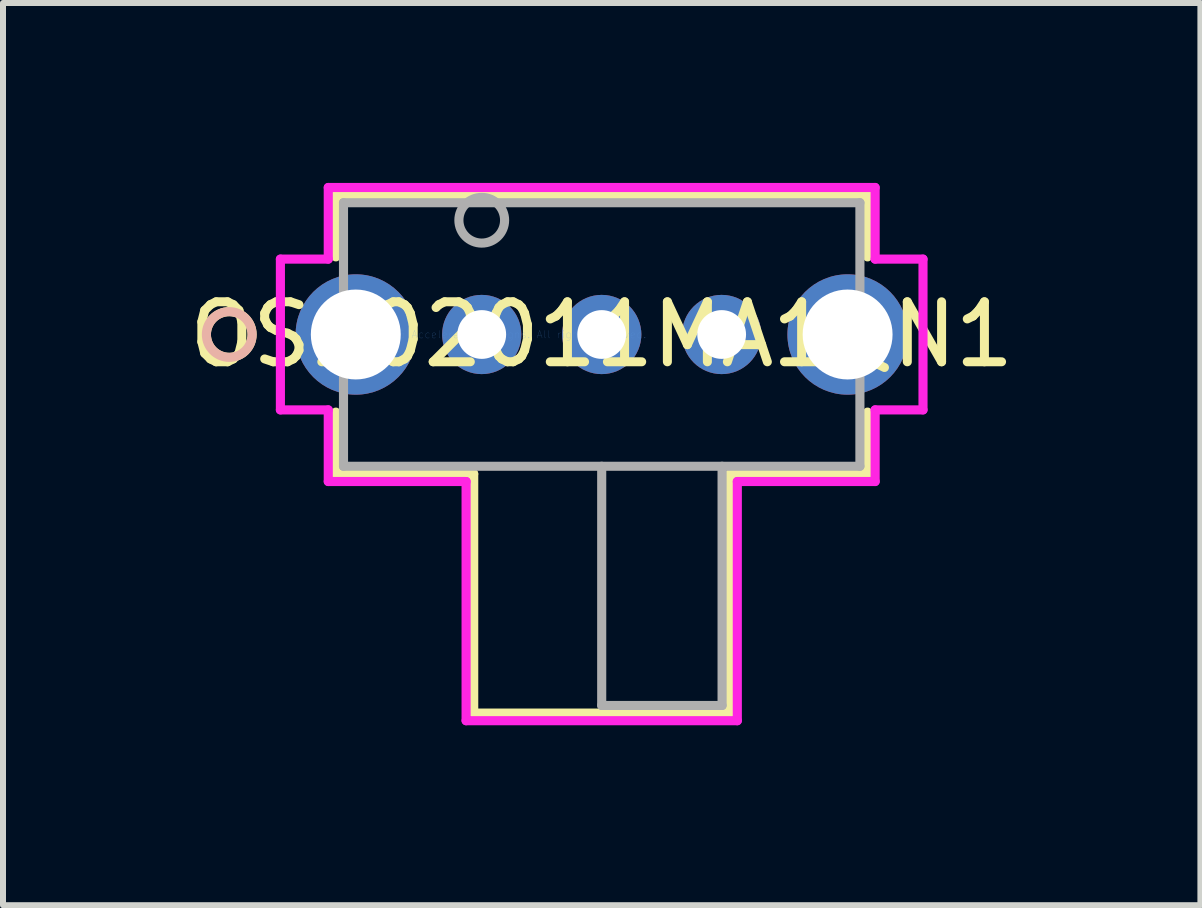
<source format=kicad_pcb>
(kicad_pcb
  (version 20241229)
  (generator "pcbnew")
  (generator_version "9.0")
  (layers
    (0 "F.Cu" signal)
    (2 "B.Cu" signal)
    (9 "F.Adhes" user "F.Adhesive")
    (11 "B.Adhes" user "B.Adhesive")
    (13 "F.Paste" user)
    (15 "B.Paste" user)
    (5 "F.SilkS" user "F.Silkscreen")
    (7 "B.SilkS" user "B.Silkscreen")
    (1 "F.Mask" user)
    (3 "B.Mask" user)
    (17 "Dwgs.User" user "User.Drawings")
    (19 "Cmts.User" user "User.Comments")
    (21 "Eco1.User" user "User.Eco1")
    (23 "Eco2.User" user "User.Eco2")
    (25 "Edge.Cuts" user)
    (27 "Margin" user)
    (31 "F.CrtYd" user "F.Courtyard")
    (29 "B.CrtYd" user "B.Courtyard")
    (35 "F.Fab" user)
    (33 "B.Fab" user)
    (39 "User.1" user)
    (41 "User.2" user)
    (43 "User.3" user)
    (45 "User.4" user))
  (footprint "OS102011MA1QN1"
    (layer "F.Cu")
    (at 4.982 2.527)
    (property "Reference" "OS102011MA1QN1" (at 2 0 0) (layer "F.SilkS") (effects (font (size 1 1) (thickness 0.15))))
    (attr through_hole)
    (fp_line (start -2.432 -2.324) (end -2.432 -1.294) (stroke (width 0.152) (type solid)) (layer "F.SilkS"))
    (fp_line (start -2.432 1.294) (end -2.432 2.324) (stroke (width 0.152) (type solid)) (layer "F.SilkS"))
    (fp_line (start -2.432 2.324) (end -0.134 2.324) (stroke (width 0.152) (type solid)) (layer "F.SilkS"))
    (fp_line (start -0.134 2.324) (end -0.134 6.312) (stroke (width 0.152) (type solid)) (layer "F.SilkS"))
    (fp_line (start -0.134 6.312) (end 4.134 6.312) (stroke (width 0.152) (type solid)) (layer "F.SilkS"))
    (fp_line (start 4.134 2.324) (end 6.432 2.324) (stroke (width 0.152) (type solid)) (layer "F.SilkS"))
    (fp_line (start 4.134 6.312) (end 4.134 2.324) (stroke (width 0.152) (type solid)) (layer "F.SilkS"))
    (fp_line (start 6.432 -2.324) (end -2.432 -2.324) (stroke (width 0.152) (type solid)) (layer "F.SilkS"))
    (fp_line (start 6.432 -1.294) (end 6.432 -2.324) (stroke (width 0.152) (type solid)) (layer "F.SilkS"))
    (fp_line (start 6.432 2.324) (end 6.432 1.294) (stroke (width 0.152) (type solid)) (layer "F.SilkS"))
    (fp_circle (center -4.21 0) (end -3.829 0) (stroke (width 0.152) (type solid)) (fill no) (layer "F.SilkS"))
    (fp_circle (center -4.21 0) (end -3.829 0) (stroke (width 0.152) (type solid)) (fill no) (layer "B.SilkS"))
    (fp_line (start -3.357 -1.257) (end -3.357 1.257) (stroke (width 0.152) (type solid)) (layer "F.CrtYd"))
    (fp_line (start -3.357 1.257) (end -2.559 1.257) (stroke (width 0.152) (type solid)) (layer "F.CrtYd"))
    (fp_line (start -2.559 -2.451) (end -2.559 -1.257) (stroke (width 0.152) (type solid)) (layer "F.CrtYd"))
    (fp_line (start -2.559 -1.257) (end -3.357 -1.257) (stroke (width 0.152) (type solid)) (layer "F.CrtYd"))
    (fp_line (start -2.559 1.257) (end -2.559 2.451) (stroke (width 0.152) (type solid)) (layer "F.CrtYd"))
    (fp_line (start -2.559 2.451) (end -0.261 2.451) (stroke (width 0.152) (type solid)) (layer "F.CrtYd"))
    (fp_line (start -0.261 2.451) (end -0.261 6.439) (stroke (width 0.152) (type solid)) (layer "F.CrtYd"))
    (fp_line (start -0.261 6.439) (end 4.261 6.439) (stroke (width 0.152) (type solid)) (layer "F.CrtYd"))
    (fp_line (start 4.261 2.451) (end 6.559 2.451) (stroke (width 0.152) (type solid)) (layer "F.CrtYd"))
    (fp_line (start 4.261 6.439) (end 4.261 2.451) (stroke (width 0.152) (type solid)) (layer "F.CrtYd"))
    (fp_line (start 6.559 -2.451) (end -2.559 -2.451) (stroke (width 0.152) (type solid)) (layer "F.CrtYd"))
    (fp_line (start 6.559 -1.257) (end 6.559 -2.451) (stroke (width 0.152) (type solid)) (layer "F.CrtYd"))
    (fp_line (start 6.559 1.257) (end 7.357 1.257) (stroke (width 0.152) (type solid)) (layer "F.CrtYd"))
    (fp_line (start 6.559 2.451) (end 6.559 1.257) (stroke (width 0.152) (type solid)) (layer "F.CrtYd"))
    (fp_line (start 7.357 -1.257) (end 6.559 -1.257) (stroke (width 0.152) (type solid)) (layer "F.CrtYd"))
    (fp_line (start 7.357 1.257) (end 7.357 -1.257) (stroke (width 0.152) (type solid)) (layer "F.CrtYd"))
    (fp_line (start -2.305 -2.197) (end -2.305 2.197) (stroke (width 0.152) (type solid)) (layer "F.Fab"))
    (fp_line (start -2.305 2.197) (end 6.305 2.197) (stroke (width 0.152) (type solid)) (layer "F.Fab"))
    (fp_line (start 2 2.197) (end 2 6.185) (stroke (width 0.152) (type solid)) (layer "F.Fab"))
    (fp_line (start 2 6.185) (end 4.007 6.185) (stroke (width 0.152) (type solid)) (layer "F.Fab"))
    (fp_line (start 4.007 6.185) (end 4.007 2.197) (stroke (width 0.152) (type solid)) (layer "F.Fab"))
    (fp_line (start 6.305 -2.197) (end -2.305 -2.197) (stroke (width 0.152) (type solid)) (layer "F.Fab"))
    (fp_line (start 6.305 2.197) (end 6.305 -2.197) (stroke (width 0.152) (type solid)) (layer "F.Fab"))
    (fp_circle (center 0 -1.905) (end 0.381 -1.905) (stroke (width 0.152) (type solid)) (fill no) (layer "F.Fab"))
    (fp_text user "Copyright 2016 Accelerated Designs. All rights reserved." (at 0 0 0) (layer "Cmts.User") (effects (font (size 0.127 0.127) (thickness 0.002))))
    (pad "1" thru_hole circle (at 0 0) (size 1.321 1.321) (drill 0.813) (layers "*.Cu" "*.Mask"))
    (pad "2" thru_hole circle (at 2 0) (size 1.321 1.321) (drill 0.813) (layers "*.Cu" "*.Mask"))
    (pad "3" thru_hole circle (at 4 0) (size 1.321 1.321) (drill 0.813) (layers "*.Cu" "*.Mask"))
    (pad "4" thru_hole circle (at -2.1 0) (size 2.007 2.007) (drill 1.499) (layers "*.Cu" "*.Mask"))
    (pad "5" thru_hole circle (at 6.1 0) (size 2.007 2.007) (drill 1.499) (layers "*.Cu" "*.Mask")))
  (gr_rect
    (start -3 -3)
    (end 16.964 12.042)
    (stroke (width 0.1) (type default))
    (fill no)
    (layer "Edge.Cuts")))
</source>
